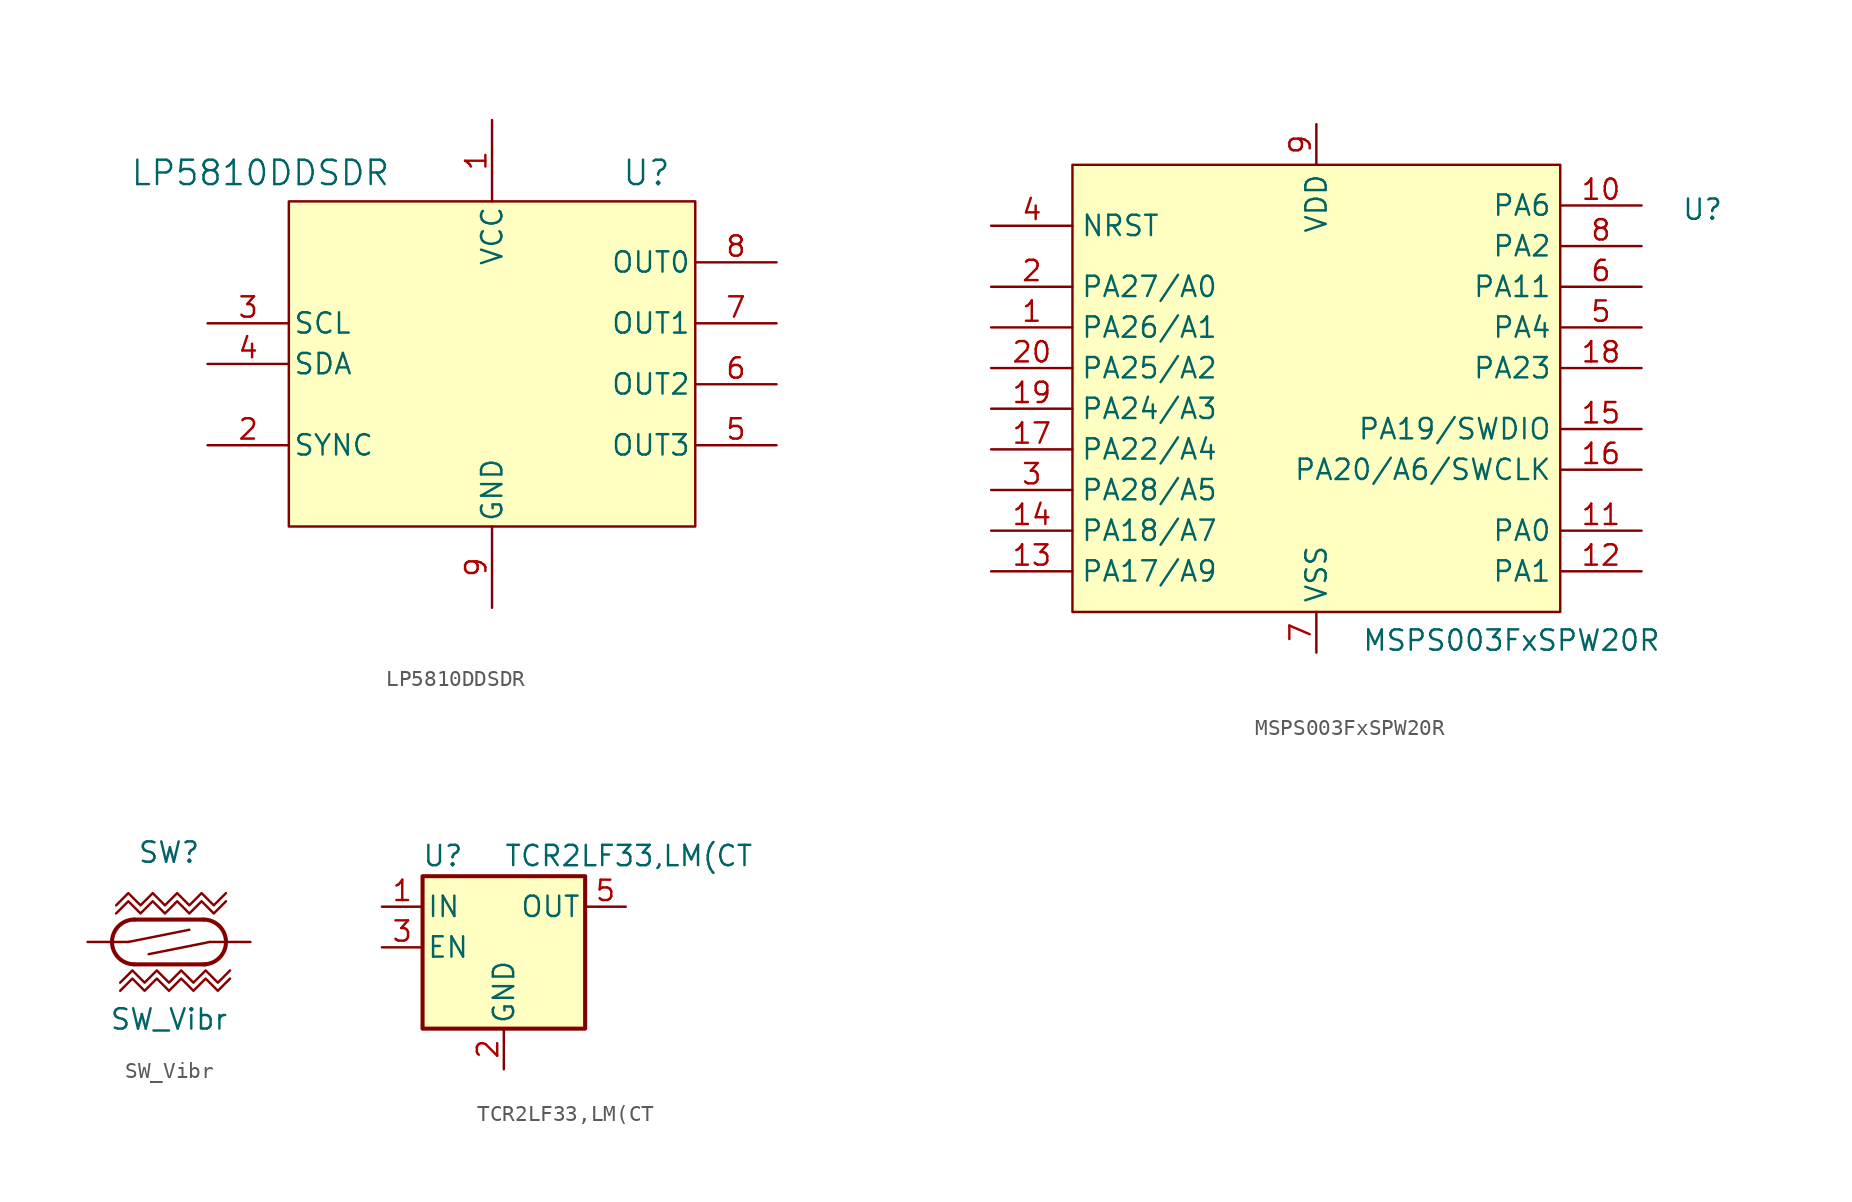
<source format=kicad_sym>
(kicad_symbol_lib
  (version 20231120)
  (generator "kicad_symbol_editor")
  (generator_version "8.0")
  (symbol "LP5810DDSDR"
    (pin_names
      (offset 0.254))
    (property "Reference" "U"
      (at 9.652 11.938 0)
      (effects (font (size 1.524 1.524))))
    (property "Value" "LP5810DDSDR"
      (at -14.478 11.938 0)
      (effects (font (size 1.524 1.524))))
    (symbol "LP5810DDSDR_0_1"
      (pin power_in line (at 0 15.24 270) (length 5.08) (name "VCC" (effects (font (size 1.27 1.27)))) (number "1" (effects (font (size 1.27 1.27)))))
      (pin bidirectional line (at -17.78 -5.08 0) (length 5.08) (name "SYNC" (effects (font (size 1.27 1.27)))) (number "2" (effects (font (size 1.27 1.27)))))
      (pin input line (at -17.78 2.54 0) (length 5.08) (name "SCL" (effects (font (size 1.27 1.27)))) (number "3" (effects (font (size 1.27 1.27)))))
      (pin bidirectional line (at -17.78 0 0) (length 5.08) (name "SDA" (effects (font (size 1.27 1.27)))) (number "4" (effects (font (size 1.27 1.27)))))
      (pin unspecified line (at 17.78 -5.08 180) (length 5.08) (name "OUT3" (effects (font (size 1.27 1.27)))) (number "5" (effects (font (size 1.27 1.27)))))
      (pin unspecified line (at 17.78 -1.27 180) (length 5.08) (name "OUT2" (effects (font (size 1.27 1.27)))) (number "6" (effects (font (size 1.27 1.27)))))
      (pin unspecified line (at 17.78 2.54 180) (length 5.08) (name "OUT1" (effects (font (size 1.27 1.27)))) (number "7" (effects (font (size 1.27 1.27)))))
      (pin unspecified line (at 17.78 6.35 180) (length 5.08) (name "OUT0" (effects (font (size 1.27 1.27)))) (number "8" (effects (font (size 1.27 1.27)))))
      (pin power_in line (at 0 -15.24 90) (length 5.08) (name "GND" (effects (font (size 1.27 1.27)))) (number "9" (effects (font (size 1.27 1.27))))))
    (symbol "LP5810DDSDR_1_1"
      (rectangle (start -12.7 10.16) (end 12.7 -10.16) (stroke (width 0) (type default)) (fill (type background)))))
  (symbol "MSPS003FxSPW20R"
    (property "Reference" "U"
      (at 24.13 9.906 0)
      (effects (font (size 1.27 1.27))))
    (property "Value" "MSPS003FxSPW20R"
      (at 12.192 -17.018 0)
      (effects (font (size 1.27 1.27))))
    (symbol "MSPS003FxSPW20R_1_0"
      (pin bidirectional line (at -20.32 2.54 0) (length 5.08) (name "PA26/A1" (effects (font (size 1.27 1.27)))) (number "1" (effects (font (size 1.27 1.27)))))
      (pin bidirectional line (at 20.32 10.16 180) (length 5.08) (name "PA6" (effects (font (size 1.27 1.27)))) (number "10" (effects (font (size 1.27 1.27)))))
      (pin open_collector line (at 20.32 -10.16 180) (length 5.08) (name "PA0" (effects (font (size 1.27 1.27)))) (number "11" (effects (font (size 1.27 1.27)))))
      (pin open_collector line (at 20.32 -12.7 180) (length 5.08) (name "PA1" (effects (font (size 1.27 1.27)))) (number "12" (effects (font (size 1.27 1.27)))))
      (pin bidirectional line (at -20.32 -12.7 0) (length 5.08) (name "PA17/A9" (effects (font (size 1.27 1.27)))) (number "13" (effects (font (size 1.27 1.27)))))
      (pin bidirectional line (at -20.32 -10.16 0) (length 5.08) (name "PA18/A7" (effects (font (size 1.27 1.27)))) (number "14" (effects (font (size 1.27 1.27)))))
      (pin bidirectional line (at -20.32 -5.08 0) (length 5.08) (name "PA22/A4" (effects (font (size 1.27 1.27)))) (number "17" (effects (font (size 1.27 1.27)))))
      (pin bidirectional line (at 20.32 0 180) (length 5.08) (name "PA23" (effects (font (size 1.27 1.27)))) (number "18" (effects (font (size 1.27 1.27)))))
      (pin bidirectional line (at -20.32 -2.54 0) (length 5.08) (name "PA24/A3" (effects (font (size 1.27 1.27)))) (number "19" (effects (font (size 1.27 1.27)))))
      (pin bidirectional line (at -20.32 5.08 0) (length 5.08) (name "PA27/A0" (effects (font (size 1.27 1.27)))) (number "2" (effects (font (size 1.27 1.27)))))
      (pin bidirectional line (at -20.32 0 0) (length 5.08) (name "PA25/A2" (effects (font (size 1.27 1.27)))) (number "20" (effects (font (size 1.27 1.27)))))
      (pin bidirectional line (at -20.32 -7.62 0) (length 5.08) (name "PA28/A5" (effects (font (size 1.27 1.27)))) (number "3" (effects (font (size 1.27 1.27)))))
      (pin bidirectional line (at 20.32 2.54 180) (length 5.08) (name "PA4" (effects (font (size 1.27 1.27)))) (number "5" (effects (font (size 1.27 1.27)))))
      (pin bidirectional line (at 20.32 5.08 180) (length 5.08) (name "PA11" (effects (font (size 1.27 1.27)))) (number "6" (effects (font (size 1.27 1.27)))))
      (pin bidirectional line (at 20.32 7.62 180) (length 5.08) (name "PA2" (effects (font (size 1.27 1.27)))) (number "8" (effects (font (size 1.27 1.27))))))
    (symbol "MSPS003FxSPW20R_1_1"
      (rectangle (start -15.24 12.7) (end 15.24 -15.24) (stroke (width 0) (type default)) (fill (type background)))
      (pin bidirectional line (at 20.32 -3.81 180) (length 5.08) (name "PA19/SWDIO" (effects (font (size 1.27 1.27)))) (number "15" (effects (font (size 1.27 1.27)))))
      (pin bidirectional line (at 20.32 -6.35 180) (length 5.08) (name "PA20/A6/SWCLK" (effects (font (size 1.27 1.27)))) (number "16" (effects (font (size 1.27 1.27)))))
      (pin open_collector line (at -20.32 8.89 0) (length 5.08) (name "NRST" (effects (font (size 1.27 1.27)))) (number "4" (effects (font (size 1.27 1.27)))))
      (pin power_out line (at 0 -17.78 90) (length 2.54) (name "VSS" (effects (font (size 1.27 1.27)))) (number "7" (effects (font (size 1.27 1.27)))))
      (pin power_in line (at 0 15.24 270) (length 2.54) (name "VDD" (effects (font (size 1.27 1.27)))) (number "9" (effects (font (size 1.27 1.27)))))))
  (symbol "SW_Vibr"
    (pin_numbers hide)
    (pin_names
      (offset 0) hide)
    (property "Reference" "SW"
      (at 0 5.588 0)
      (effects (font (size 1.27 1.27))))
    (property "Value" "SW_Vibr"
      (at 0 -4.826 0)
      (effects (font (size 1.27 1.27))))
    (symbol "SW_Vibr_0_0"
      (arc (start -2.159 1.397) (mid -3.55 0) (end -2.159 -1.397) (stroke (width 0.254) (type default)) (fill (type none)))
      (polyline (pts (xy -2.54 0) (xy 1.27 0.762)) (stroke (width 0) (type default)) (fill (type none)))
      (polyline (pts (xy -2.159 -1.397) (xy 2.286 -1.397)) (stroke (width 0.254) (type default)) (fill (type none)))
      (polyline (pts (xy 2.159 1.397) (xy -2.159 1.397)) (stroke (width 0.254) (type default)) (fill (type none)))
      (polyline (pts (xy 2.54 0) (xy -1.27 -0.762)) (stroke (width 0) (type default)) (fill (type none)))
      (arc (start 2.159 -1.397) (mid 3.55 0) (end 2.159 1.397) (stroke (width 0.254) (type default)) (fill (type none))))
    (symbol "SW_Vibr_0_1"
      (polyline (pts (xy -3.302 1.778) (xy -2.54 2.54) (xy -1.778 1.778) (xy -1.016 2.54) (xy -0.254 1.778) (xy 0.508 2.54) (xy 1.27 1.778) (xy 2.032 2.54) (xy 2.794 1.778) (xy 3.556 2.54)) (stroke (width 0) (type default)) (fill (type none)))
      (polyline (pts (xy -3.302 2.286) (xy -2.54 3.048) (xy -1.778 2.286) (xy -1.016 3.048) (xy -0.254 2.286) (xy 0.508 3.048) (xy 1.27 2.286) (xy 2.032 3.048) (xy 2.794 2.286) (xy 3.556 3.048)) (stroke (width 0) (type default)) (fill (type none)))
      (polyline (pts (xy 3.81 -2.286) (xy 3.048 -3.048) (xy 2.286 -2.286) (xy 1.524 -3.048) (xy 0.762 -2.286) (xy 0 -3.048) (xy -0.762 -2.286) (xy -1.524 -3.048) (xy -2.286 -2.286) (xy -3.048 -3.048)) (stroke (width 0) (type default)) (fill (type none)))
      (polyline (pts (xy 3.81 -1.778) (xy 3.048 -2.54) (xy 2.286 -1.778) (xy 1.524 -2.54) (xy 0.762 -1.778) (xy 0 -2.54) (xy -0.762 -1.778) (xy -1.524 -2.54) (xy -2.286 -1.778) (xy -3.048 -2.54)) (stroke (width 0) (type default)) (fill (type none))))
    (symbol "SW_Vibr_1_1"
      (pin passive line (at -5.08 0 0) (length 2.54) (name "1" (effects (font (size 1.27 1.27)))) (number "1" (effects (font (size 1.27 1.27)))))
      (pin passive line (at 5.08 0 180) (length 2.54) (name "2" (effects (font (size 1.27 1.27)))) (number "2" (effects (font (size 1.27 1.27)))))))
  (symbol "TCR2LF33,LM(CT"
    (pin_names
      (offset 0.254))
    (property "Reference" "U"
      (at -3.81 5.715 0)
      (effects (font (size 1.27 1.27))))
    (property "Value" "TCR2LF33,LM(CT"
      (at 0 5.715 0)
      (effects (font (size 1.27 1.27)) (justify left)))
    (symbol "TCR2LF33,LM(CT_0_1"
      (rectangle (start -5.08 4.445) (end 5.08 -5.08) (stroke (width 0.254) (type default)) (fill (type background))))
    (symbol "TCR2LF33,LM(CT_1_1"
      (pin power_in line (at -7.62 2.54 0) (length 2.54) (name "IN" (effects (font (size 1.27 1.27)))) (number "1" (effects (font (size 1.27 1.27)))))
      (pin power_in line (at 0 -7.62 90) (length 2.54) (name "GND" (effects (font (size 1.27 1.27)))) (number "2" (effects (font (size 1.27 1.27)))))
      (pin input line (at -7.62 0 0) (length 2.54) (name "EN" (effects (font (size 1.27 1.27)))) (number "3" (effects (font (size 1.27 1.27)))))
      (pin no_connect line (at 5.08 0 180) (length 2.54) hide (name "NC" (effects (font (size 1.27 1.27)))) (number "4" (effects (font (size 1.27 1.27)))))
      (pin power_out line (at 7.62 2.54 180) (length 2.54) (name "OUT" (effects (font (size 1.27 1.27)))) (number "5" (effects (font (size 1.27 1.27))))))))
</source>
